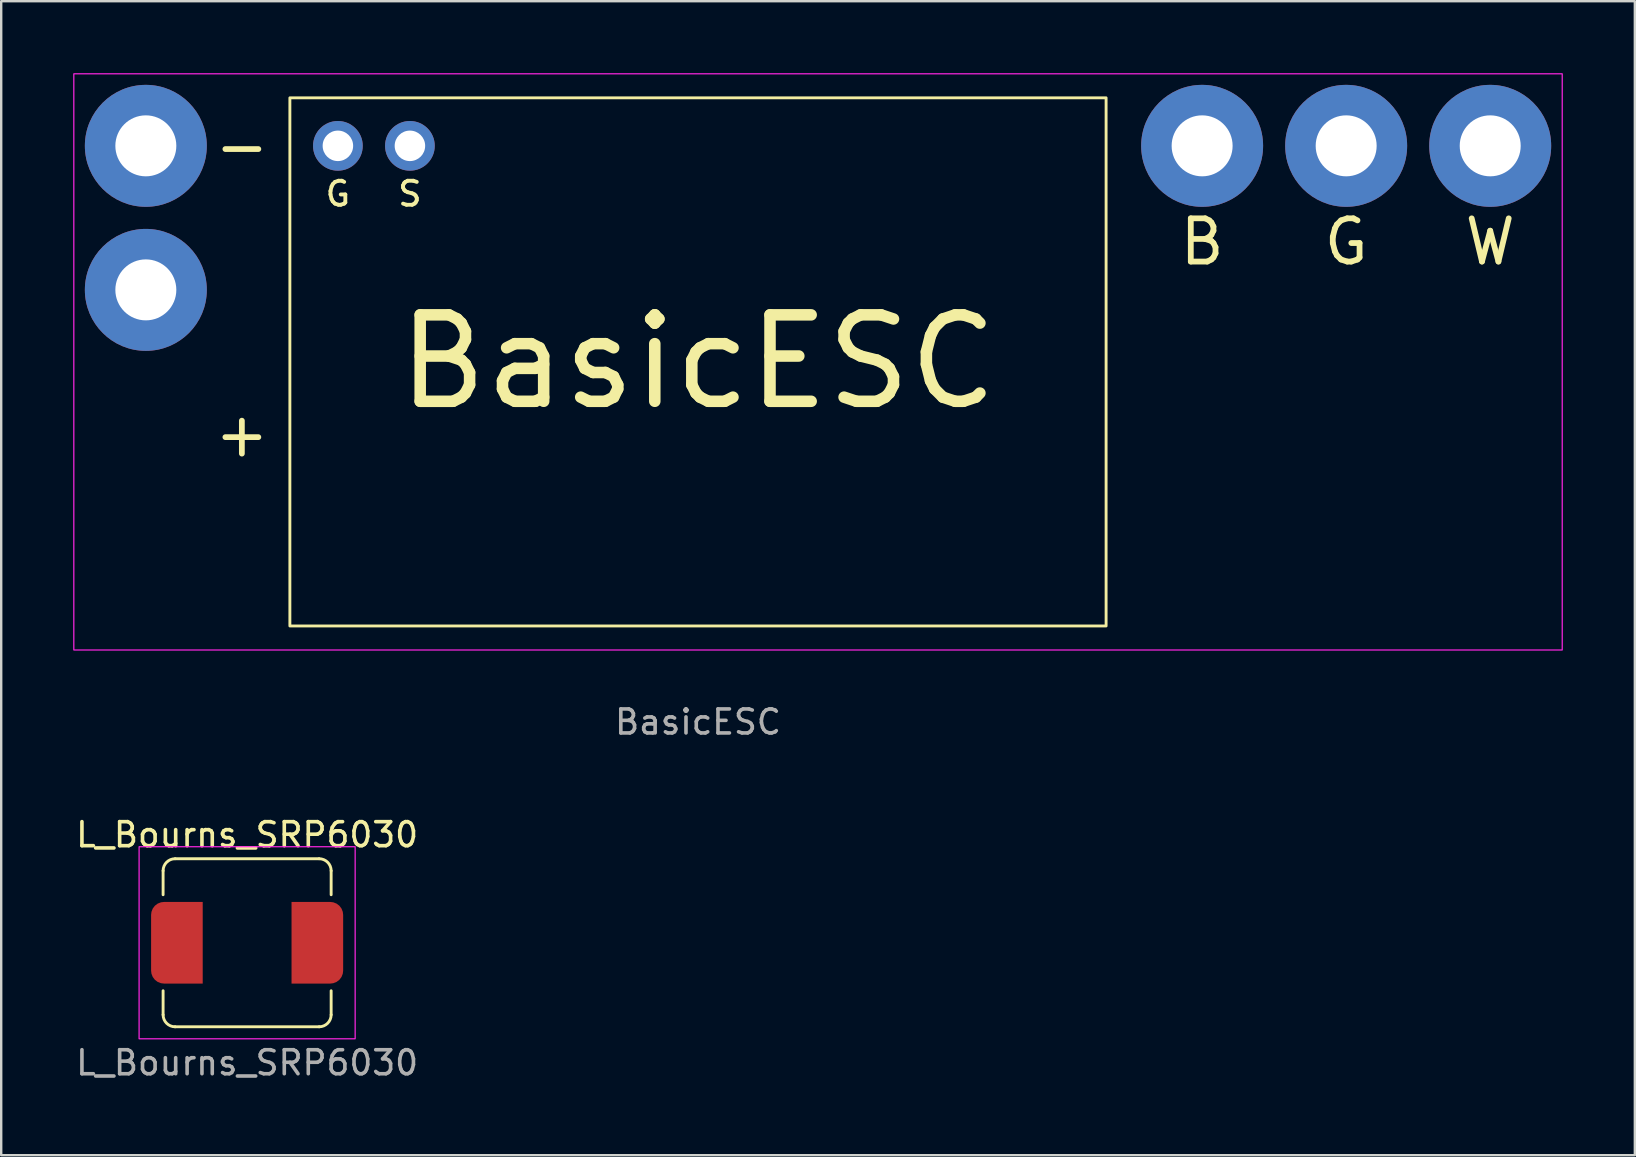
<source format=kicad_pcb>
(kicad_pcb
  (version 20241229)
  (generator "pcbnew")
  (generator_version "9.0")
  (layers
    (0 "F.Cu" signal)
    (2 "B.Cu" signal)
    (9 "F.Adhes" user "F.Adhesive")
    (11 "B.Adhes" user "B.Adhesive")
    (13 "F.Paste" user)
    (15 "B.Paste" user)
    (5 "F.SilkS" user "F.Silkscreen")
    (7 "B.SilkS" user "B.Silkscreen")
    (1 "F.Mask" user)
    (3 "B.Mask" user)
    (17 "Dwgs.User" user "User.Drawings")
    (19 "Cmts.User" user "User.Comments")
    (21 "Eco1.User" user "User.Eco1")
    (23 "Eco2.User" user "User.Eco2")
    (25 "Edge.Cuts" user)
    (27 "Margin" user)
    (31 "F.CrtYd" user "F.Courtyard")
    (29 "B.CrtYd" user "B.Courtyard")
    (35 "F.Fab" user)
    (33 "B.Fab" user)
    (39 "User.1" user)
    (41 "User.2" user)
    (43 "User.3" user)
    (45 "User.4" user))
  (footprint "BasicESC"
    (layer "F.Cu")
    (at 31.025 12.025)
    (property "Reference" "BasicESC" (at -5 0 0) (unlocked yes) (layer "F.SilkS") (effects (font (size 3.6 3.6) (thickness 0.48))))
    (attr smd)
    (fp_rect (start -22 -11) (end 12 11) (stroke (width 0.12) (type solid)) (fill no) (layer "F.SilkS"))
    (fp_rect (start -31 -12) (end 31 12) (stroke (width 0.05) (type solid)) (fill no) (layer "F.CrtYd"))
    (fp_text user "G" (at -20 -7 0) (unlocked yes) (layer "F.SilkS") (effects (font (size 1 1) (thickness 0.16))))
    (fp_text user "S" (at -17 -7 0) (unlocked yes) (layer "F.SilkS") (effects (font (size 1 1) (thickness 0.16))))
    (fp_text user "+" (at -24 3 0) (unlocked yes) (layer "F.SilkS") (effects (font (size 1.8 1.8) (thickness 0.24))))
    (fp_text user "-" (at -24 -9 0) (unlocked yes) (layer "F.SilkS") (effects (font (size 1.8 1.8) (thickness 0.24))))
    (fp_text user "W" (at 28 -5 0) (unlocked yes) (layer "F.SilkS") (effects (font (size 1.8 1.8) (thickness 0.24))))
    (fp_text user "B" (at 16 -5 0) (unlocked yes) (layer "F.SilkS") (effects (font (size 1.8 1.8) (thickness 0.24))))
    (fp_text user "G" (at 22 -5 0) (unlocked yes) (layer "F.SilkS") (effects (font (size 1.8 1.8) (thickness 0.24))))
    (fp_text user "${REFERENCE}" (at -5 15 0) (unlocked yes) (layer "F.Fab") (effects (font (size 1 1) (thickness 0.15))))
    (pad "1" thru_hole circle (at -28 -9) (size 5.08 5.08) (drill 2.54) (layers "*.Cu" "*.Mask"))
    (pad "2" thru_hole circle (at -28 -3) (size 5.08 5.08) (drill 2.54) (layers "*.Cu" "*.Mask"))
    (pad "3" thru_hole circle (at 16 -9 270) (size 5.08 5.08) (drill 2.54) (layers "*.Cu" "*.Mask"))
    (pad "4" thru_hole circle (at 22 -9) (size 5.08 5.08) (drill 2.54) (layers "*.Cu" "*.Mask"))
    (pad "5" thru_hole circle (at 28 -9) (size 5.08 5.08) (drill 2.54) (layers "*.Cu" "*.Mask"))
    (pad "6" thru_hole circle (at -17 -9) (size 2.07 2.07) (drill 1.27) (layers "*.Cu" "*.Mask"))
    (pad "7" thru_hole circle (at -20 -9) (size 2.07 2.07) (drill 1.27) (layers "*.Cu" "*.Mask")))
  (footprint "L_Bourns_SRP6030"
    (layer "F.Cu")
    (at 7.244 36.221)
    (property "Reference" "L_Bourns_SRP6030" (at 0 -4.5 0) (unlocked yes) (layer "F.SilkS") (effects (font (size 1 1) (thickness 0.15))))
    (attr smd)
    (fp_line (start -3.5 -3) (end -3.5 -2) (stroke (width 0.12) (type solid)) (layer "F.SilkS"))
    (fp_line (start -3.5 2) (end -3.5 3) (stroke (width 0.12) (type solid)) (layer "F.SilkS"))
    (fp_line (start -3 -3.5) (end 3 -3.5) (stroke (width 0.12) (type solid)) (layer "F.SilkS"))
    (fp_line (start -3 3.5) (end 3 3.5) (stroke (width 0.12) (type solid)) (layer "F.SilkS"))
    (fp_line (start 3.5 -2) (end 3.5 -3) (stroke (width 0.12) (type solid)) (layer "F.SilkS"))
    (fp_line (start 3.5 2) (end 3.5 3) (stroke (width 0.12) (type solid)) (layer "F.SilkS"))
    (fp_arc (start -3.5 -3) (mid -3.353553 -3.353553) (end -3 -3.5) (stroke (width 0.12) (type solid)) (layer "F.SilkS"))
    (fp_arc (start -3 3.5) (mid -3.353553 3.353553) (end -3.5 3) (stroke (width 0.12) (type solid)) (layer "F.SilkS"))
    (fp_arc (start 3 -3.5) (mid 3.353553 -3.353553) (end 3.5 -3) (stroke (width 0.12) (type solid)) (layer "F.SilkS"))
    (fp_arc (start 3.5 3) (mid 3.353553 3.353553) (end 3 3.5) (stroke (width 0.12) (type solid)) (layer "F.SilkS"))
    (fp_rect (start -4.5 -4) (end 4.5 4) (stroke (width 0.05) (type solid)) (fill no) (layer "F.CrtYd"))
    (fp_text user "${REFERENCE}" (at 0 5 0) (unlocked yes) (layer "F.Fab") (effects (font (size 1 1) (thickness 0.15))))
    (pad "1" smd roundrect (at -2.925 0) (size 2.15 3.4) (layers "F.Cu" "F.Mask" "F.Paste") (roundrect_rratio 0.25) (chamfer_ratio 0) (chamfer top_right bottom_right))
    (pad "2" smd roundrect (at 2.925 0) (size 2.15 3.4) (layers "F.Cu" "F.Mask" "F.Paste") (roundrect_rratio 0.25) (chamfer_ratio 0) (chamfer top_left bottom_left)))
  (gr_rect
    (start -3 -3)
    (end 65.05 45.07)
    (stroke (width 0.1) (type default))
    (fill no)
    (layer "Edge.Cuts")))
</source>
